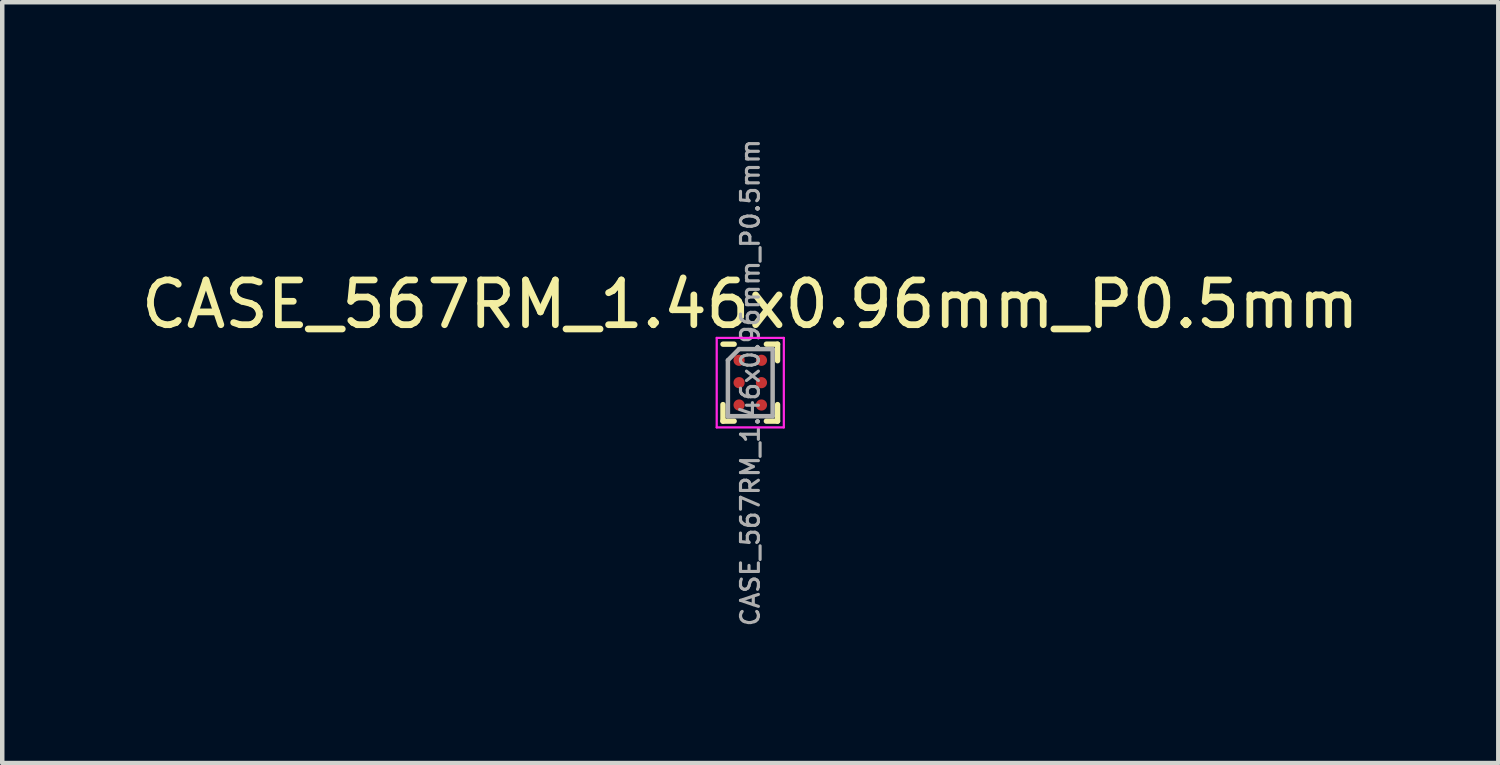
<source format=kicad_pcb>
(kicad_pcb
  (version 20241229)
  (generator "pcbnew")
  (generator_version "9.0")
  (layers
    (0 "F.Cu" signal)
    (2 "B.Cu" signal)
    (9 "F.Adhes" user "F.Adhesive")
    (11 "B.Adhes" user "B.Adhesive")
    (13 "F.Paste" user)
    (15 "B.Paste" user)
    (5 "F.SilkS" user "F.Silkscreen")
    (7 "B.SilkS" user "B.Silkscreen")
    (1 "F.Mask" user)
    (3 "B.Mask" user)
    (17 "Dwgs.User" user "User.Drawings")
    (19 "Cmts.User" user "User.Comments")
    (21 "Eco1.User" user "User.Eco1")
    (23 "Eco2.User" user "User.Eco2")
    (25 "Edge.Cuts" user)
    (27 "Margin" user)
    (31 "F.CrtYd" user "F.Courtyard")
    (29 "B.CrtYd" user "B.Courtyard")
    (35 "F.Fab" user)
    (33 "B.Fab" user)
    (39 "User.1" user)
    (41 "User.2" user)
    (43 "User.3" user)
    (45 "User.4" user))
  (footprint "CASE_567RM_1.46x0.96mm_P0.5mm"
    (layer "F.Cu")
    (at 13.72 5.503)
    (property "Reference" "CASE_567RM_1.46x0.96mm_P0.5mm" (at 0 -1.75 0) (layer "F.SilkS") (effects (font (size 1 1) (thickness 0.15))))
    (attr smd)
    (fp_line (start -0.61 -0.86) (end -0.36 -0.86) (stroke (width 0.12) (type solid)) (layer "F.SilkS"))
    (fp_line (start -0.61 0.86) (end -0.61 0.49) (stroke (width 0.12) (type solid)) (layer "F.SilkS"))
    (fp_line (start -0.36 0.86) (end -0.61 0.86) (stroke (width 0.12) (type solid)) (layer "F.SilkS"))
    (fp_line (start 0.36 -0.86) (end 0.61 -0.86) (stroke (width 0.12) (type solid)) (layer "F.SilkS"))
    (fp_line (start 0.36 0.86) (end 0.61 0.86) (stroke (width 0.12) (type solid)) (layer "F.SilkS"))
    (fp_line (start 0.61 -0.86) (end 0.61 -0.49) (stroke (width 0.12) (type solid)) (layer "F.SilkS"))
    (fp_line (start 0.61 0.86) (end 0.61 0.49) (stroke (width 0.12) (type solid)) (layer "F.SilkS"))
    (fp_line (start -0.75 -1) (end 0.75 -1) (stroke (width 0.05) (type solid)) (layer "F.CrtYd"))
    (fp_line (start -0.75 1) (end -0.75 -1) (stroke (width 0.05) (type solid)) (layer "F.CrtYd"))
    (fp_line (start 0.75 -1) (end 0.75 1) (stroke (width 0.05) (type solid)) (layer "F.CrtYd"))
    (fp_line (start 0.75 1) (end -0.75 1) (stroke (width 0.05) (type solid)) (layer "F.CrtYd"))
    (fp_line (start -0.5 -0.5) (end -0.5 0.75) (stroke (width 0.1) (type solid)) (layer "F.Fab"))
    (fp_line (start -0.5 0.75) (end 0.5 0.75) (stroke (width 0.1) (type solid)) (layer "F.Fab"))
    (fp_line (start -0.25 -0.75) (end -0.5 -0.5) (stroke (width 0.1) (type solid)) (layer "F.Fab"))
    (fp_line (start 0.5 -0.75) (end -0.25 -0.75) (stroke (width 0.1) (type solid)) (layer "F.Fab"))
    (fp_line (start 0.5 0.75) (end 0.5 -0.75) (stroke (width 0.1) (type solid)) (layer "F.Fab"))
    (fp_text user "${REFERENCE}" (at 0 0 90) (layer "F.Fab") (effects (font (size 0.4 0.4) (thickness 0.07))))
    (pad "A1" smd circle (at -0.25 -0.5) (size 0.25 0.25) (layers "F.Cu" "F.Mask" "F.Paste"))
    (pad "A2" smd circle (at 0.25 -0.5) (size 0.25 0.25) (layers "F.Cu" "F.Mask" "F.Paste"))
    (pad "B1" smd circle (at -0.25 0) (size 0.25 0.25) (layers "F.Cu" "F.Mask" "F.Paste"))
    (pad "B2" smd circle (at 0.25 0) (size 0.25 0.25) (layers "F.Cu" "F.Mask" "F.Paste"))
    (pad "C1" smd circle (at -0.25 0.5) (size 0.25 0.25) (layers "F.Cu" "F.Mask" "F.Paste"))
    (pad "C2" smd circle (at 0.25 0.5) (size 0.25 0.25) (layers "F.Cu" "F.Mask" "F.Paste")))
  (gr_rect
    (start -3 -3)
    (end 30.44 14.006)
    (stroke (width 0.1) (type default))
    (fill no)
    (layer "Edge.Cuts")))
</source>
